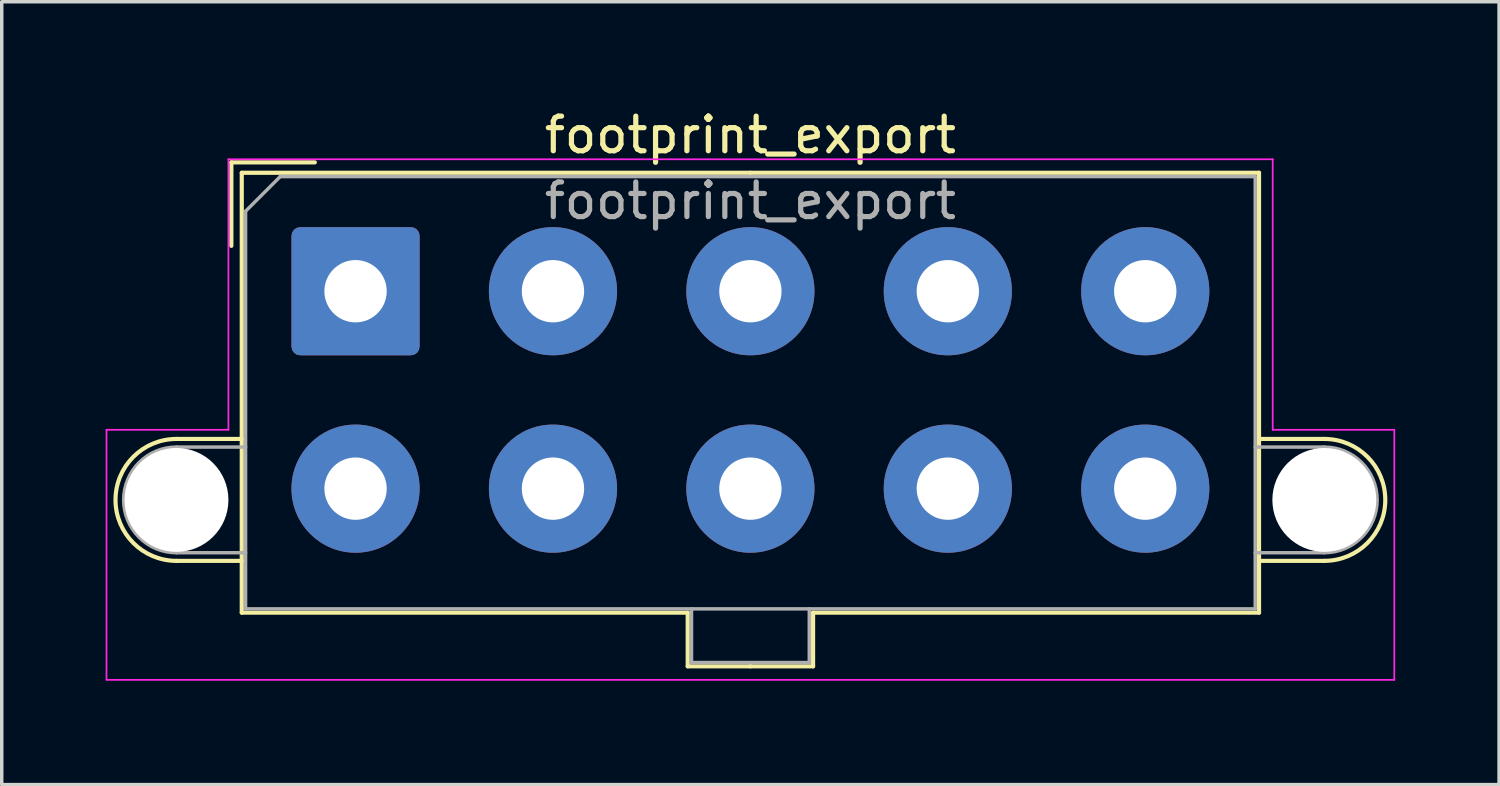
<source format=kicad_pcb>
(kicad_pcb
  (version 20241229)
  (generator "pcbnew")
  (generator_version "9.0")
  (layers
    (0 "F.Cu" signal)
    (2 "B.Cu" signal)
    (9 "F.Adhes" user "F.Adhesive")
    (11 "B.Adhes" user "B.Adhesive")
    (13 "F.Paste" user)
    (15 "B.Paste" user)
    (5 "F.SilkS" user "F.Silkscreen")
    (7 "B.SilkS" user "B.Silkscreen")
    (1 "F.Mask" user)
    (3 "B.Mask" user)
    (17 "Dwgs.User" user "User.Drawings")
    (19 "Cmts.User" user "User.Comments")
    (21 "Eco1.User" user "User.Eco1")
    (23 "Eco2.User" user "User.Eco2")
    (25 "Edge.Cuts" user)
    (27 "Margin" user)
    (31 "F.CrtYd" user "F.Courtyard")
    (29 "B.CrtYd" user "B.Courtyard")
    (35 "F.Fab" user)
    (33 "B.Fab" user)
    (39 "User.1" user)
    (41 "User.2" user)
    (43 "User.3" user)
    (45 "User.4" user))
  (footprint "footprint_export"
    (layer "F.Cu")
    (at 7.215 5.358)
    (property "Reference" "footprint_export" (at 11.4 -4.51 0) (layer "F.SilkS") (effects (font (size 1 1) (thickness 0.15))))
    (attr through_hole)
    (fp_line (start -5.17 4.265) (end -3.285 4.265) (stroke (width 0.12) (type solid)) (layer "F.SilkS"))
    (fp_line (start -5.17 7.785) (end -3.285 7.785) (stroke (width 0.12) (type solid)) (layer "F.SilkS"))
    (fp_line (start -3.585 -3.72) (end -1.175 -3.72) (stroke (width 0.12) (type solid)) (layer "F.SilkS"))
    (fp_line (start -3.585 -1.31) (end -3.585 -3.72) (stroke (width 0.12) (type solid)) (layer "F.SilkS"))
    (fp_line (start -3.285 -3.42) (end -3.285 9.28) (stroke (width 0.12) (type solid)) (layer "F.SilkS"))
    (fp_line (start -3.285 9.28) (end 9.59 9.28) (stroke (width 0.12) (type solid)) (layer "F.SilkS"))
    (fp_line (start 9.59 9.28) (end 9.59 10.83) (stroke (width 0.12) (type solid)) (layer "F.SilkS"))
    (fp_line (start 9.59 10.83) (end 11.4 10.83) (stroke (width 0.12) (type solid)) (layer "F.SilkS"))
    (fp_line (start 11.4 -3.42) (end -3.285 -3.42) (stroke (width 0.12) (type solid)) (layer "F.SilkS"))
    (fp_line (start 11.4 -3.42) (end 26.085 -3.42) (stroke (width 0.12) (type solid)) (layer "F.SilkS"))
    (fp_line (start 13.21 9.28) (end 13.21 10.83) (stroke (width 0.12) (type solid)) (layer "F.SilkS"))
    (fp_line (start 13.21 10.83) (end 11.4 10.83) (stroke (width 0.12) (type solid)) (layer "F.SilkS"))
    (fp_line (start 26.085 -3.42) (end 26.085 9.28) (stroke (width 0.12) (type solid)) (layer "F.SilkS"))
    (fp_line (start 26.085 9.28) (end 13.21 9.28) (stroke (width 0.12) (type solid)) (layer "F.SilkS"))
    (fp_line (start 27.97 4.265) (end 26.085 4.265) (stroke (width 0.12) (type solid)) (layer "F.SilkS"))
    (fp_line (start 27.97 7.785) (end 26.085 7.785) (stroke (width 0.12) (type solid)) (layer "F.SilkS"))
    (fp_arc (start -5.17 7.785) (mid -6.93 6.025) (end -5.17 4.265) (stroke (width 0.12) (type solid)) (layer "F.SilkS"))
    (fp_arc (start 27.97 4.265) (mid 29.73 6.025) (end 27.97 7.785) (stroke (width 0.12) (type solid)) (layer "F.SilkS"))
    (fp_line (start -7.19 4) (end -7.19 11.22) (stroke (width 0.05) (type solid)) (layer "F.CrtYd"))
    (fp_line (start -7.19 11.22) (end 29.99 11.22) (stroke (width 0.05) (type solid)) (layer "F.CrtYd"))
    (fp_line (start -3.67 -3.81) (end -3.67 4) (stroke (width 0.05) (type solid)) (layer "F.CrtYd"))
    (fp_line (start -3.67 4) (end -7.19 4) (stroke (width 0.05) (type solid)) (layer "F.CrtYd"))
    (fp_line (start 26.48 -3.81) (end -3.67 -3.81) (stroke (width 0.05) (type solid)) (layer "F.CrtYd"))
    (fp_line (start 26.48 4) (end 26.48 -3.81) (stroke (width 0.05) (type solid)) (layer "F.CrtYd"))
    (fp_line (start 29.99 4) (end 26.48 4) (stroke (width 0.05) (type solid)) (layer "F.CrtYd"))
    (fp_line (start 29.99 11.22) (end 29.99 4) (stroke (width 0.05) (type solid)) (layer "F.CrtYd"))
    (fp_line (start -5.17 4.5) (end -3.175 4.5) (stroke (width 0.1) (type solid)) (layer "F.Fab"))
    (fp_line (start -5.17 7.55) (end -3.175 7.55) (stroke (width 0.1) (type solid)) (layer "F.Fab"))
    (fp_line (start -3.175 -2.31) (end -3.175 9.17) (stroke (width 0.1) (type solid)) (layer "F.Fab"))
    (fp_line (start -3.175 9.17) (end 25.975 9.17) (stroke (width 0.1) (type solid)) (layer "F.Fab"))
    (fp_line (start -2.175 -3.31) (end -3.175 -2.31) (stroke (width 0.1) (type solid)) (layer "F.Fab"))
    (fp_line (start 9.7 9.17) (end 9.7 10.72) (stroke (width 0.1) (type solid)) (layer "F.Fab"))
    (fp_line (start 9.7 10.72) (end 13.1 10.72) (stroke (width 0.1) (type solid)) (layer "F.Fab"))
    (fp_line (start 13.1 10.72) (end 13.1 9.17) (stroke (width 0.1) (type solid)) (layer "F.Fab"))
    (fp_line (start 25.975 -3.31) (end -2.175 -3.31) (stroke (width 0.1) (type solid)) (layer "F.Fab"))
    (fp_line (start 25.975 9.17) (end 25.975 -3.31) (stroke (width 0.1) (type solid)) (layer "F.Fab"))
    (fp_line (start 27.97 4.5) (end 25.975 4.5) (stroke (width 0.1) (type solid)) (layer "F.Fab"))
    (fp_line (start 27.97 7.55) (end 25.975 7.55) (stroke (width 0.1) (type solid)) (layer "F.Fab"))
    (fp_arc (start -5.17 7.55) (mid -6.695 6.025) (end -5.17 4.5) (stroke (width 0.1) (type solid)) (layer "F.Fab"))
    (fp_arc (start 27.97 4.5) (mid 29.495 6.025) (end 27.97 7.55) (stroke (width 0.1) (type solid)) (layer "F.Fab"))
    (fp_text user "${REFERENCE}" (at 11.4 -2.61 0) (layer "F.Fab") (effects (font (size 1 1) (thickness 0.15))))
    (pad "" np_thru_hole circle (at -5.17 6.025) (size 3 3) (drill 3) (layers "*.Cu" "*.Mask"))
    (pad "" np_thru_hole circle (at 27.97 6.025) (size 3 3) (drill 3) (layers "*.Cu" "*.Mask"))
    (pad "1" thru_hole roundrect (at 0 0) (size 3.7 3.7) (drill 1.8) (layers "*.Cu" "*.Mask") (roundrect_rratio 0.068))
    (pad "2" thru_hole circle (at 5.7 0) (size 3.7 3.7) (drill 1.8) (layers "*.Cu" "*.Mask"))
    (pad "3" thru_hole circle (at 11.4 0) (size 3.7 3.7) (drill 1.8) (layers "*.Cu" "*.Mask"))
    (pad "4" thru_hole circle (at 17.1 0) (size 3.7 3.7) (drill 1.8) (layers "*.Cu" "*.Mask"))
    (pad "5" thru_hole circle (at 22.8 0) (size 3.7 3.7) (drill 1.8) (layers "*.Cu" "*.Mask"))
    (pad "6" thru_hole circle (at 0 5.7) (size 3.7 3.7) (drill 1.8) (layers "*.Cu" "*.Mask"))
    (pad "7" thru_hole circle (at 5.7 5.7) (size 3.7 3.7) (drill 1.8) (layers "*.Cu" "*.Mask"))
    (pad "8" thru_hole circle (at 11.4 5.7) (size 3.7 3.7) (drill 1.8) (layers "*.Cu" "*.Mask"))
    (pad "9" thru_hole circle (at 17.1 5.7) (size 3.7 3.7) (drill 1.8) (layers "*.Cu" "*.Mask"))
    (pad "10" thru_hole circle (at 22.8 5.7) (size 3.7 3.7) (drill 1.8) (layers "*.Cu" "*.Mask")))
  (gr_rect
    (start -3 -3)
    (end 40.23 19.603)
    (stroke (width 0.1) (type default))
    (fill no)
    (layer "Edge.Cuts")))
</source>
